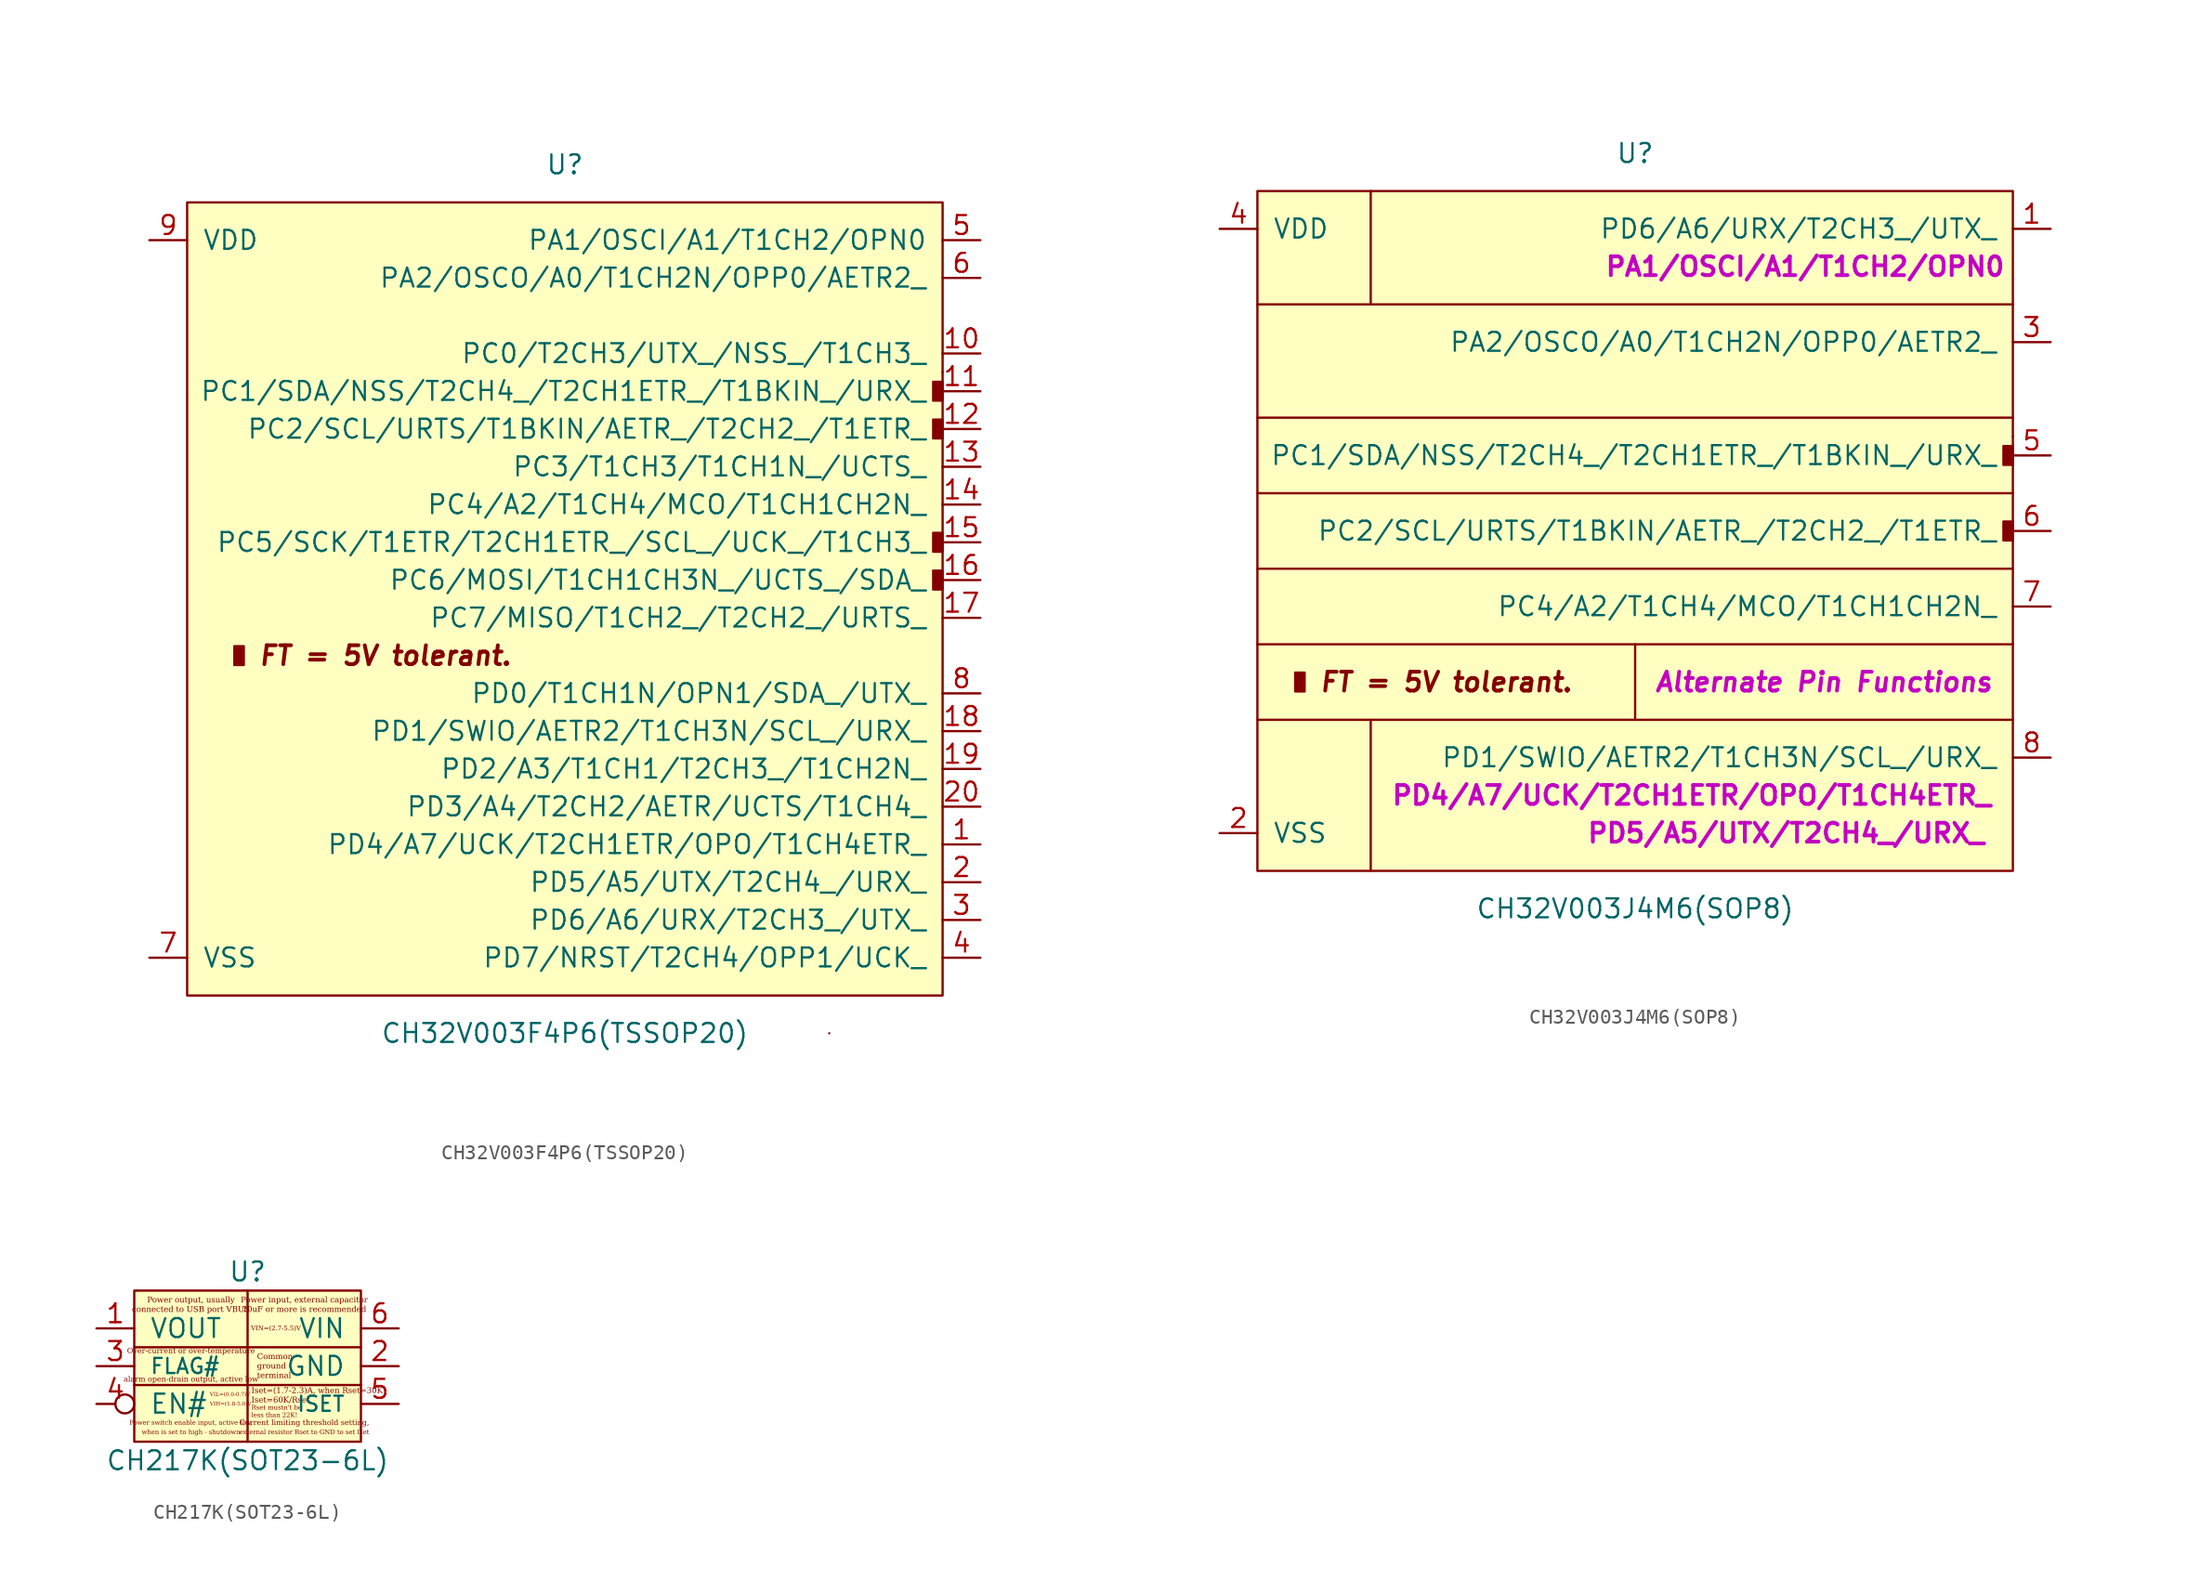
<source format=kicad_sym>
(kicad_symbol_lib
  (version 20220914)
  (generator kicad_symbol_editor)
  (symbol "CH32V003F4P6(TSSOP20)"
    (pin_names
      (offset 1.016))
    (property "Reference" "U"
      (at 0 27.94 0)
      (effects (font (size 1.27 1.27))))
    (property "Value" "CH32V003F4P6(TSSOP20)"
      (at 0 -30.48 0)
      (effects (font (size 1.27 1.27))))
    (symbol "CH32V003F4P6(TSSOP20)_0_0"
      (text "FT = 5V tolerant." (at -12.065 -5.08 0) (effects (font (size 1.27 1.27) bold italic))))
    (symbol "CH32V003F4P6(TSSOP20)_0_1"
      (rectangle (start -25.4 25.4) (end 25.4 -27.94) (stroke (width 0) (type solid)) (fill (type background)))
      (rectangle (start -22.225 -4.445) (end -21.59 -5.715) (stroke (width 0) (type solid)) (fill (type outline)))
      (rectangle (start 17.78 -30.48) (end 17.78 -30.48) (stroke (width 0) (type solid)) (fill (type none)))
      (rectangle (start 24.765 0.635) (end 25.4 -0.635) (stroke (width 0) (type solid)) (fill (type outline)))
      (rectangle (start 24.765 3.175) (end 25.4 1.905) (stroke (width 0) (type solid)) (fill (type outline)))
      (rectangle (start 24.765 10.795) (end 25.4 9.525) (stroke (width 0) (type solid)) (fill (type outline)))
      (rectangle (start 24.765 13.335) (end 25.4 12.065) (stroke (width 0) (type solid)) (fill (type outline)))
      (rectangle (start 25.4 13.97) (end 25.4 13.97) (stroke (width 0) (type solid)) (fill (type none))))
    (symbol "CH32V003F4P6(TSSOP20)_1_1"
      (pin bidirectional line (at 27.94 -17.78 180) (length 2.54) (name "PD4/A7/UCK/T2CH1ETR/OPO/T1CH4ETR_" (effects (font (size 1.27 1.27)))) (number "1" (effects (font (size 1.27 1.27)))))
      (pin bidirectional line (at 27.94 15.24 180) (length 2.54) (name "PC0/T2CH3/UTX_/NSS_/T1CH3_" (effects (font (size 1.27 1.27)))) (number "10" (effects (font (size 1.27 1.27)))))
      (pin bidirectional line (at 27.94 12.7 180) (length 2.54) (name "PC1/SDA/NSS/T2CH4_/T2CH1ETR_/T1BKIN_/URX_" (effects (font (size 1.27 1.27)))) (number "11" (effects (font (size 1.27 1.27)))))
      (pin bidirectional line (at 27.94 10.16 180) (length 2.54) (name "PC2/SCL/URTS/T1BKIN/AETR_/T2CH2_/T1ETR_" (effects (font (size 1.27 1.27)))) (number "12" (effects (font (size 1.27 1.27)))))
      (pin bidirectional line (at 27.94 7.62 180) (length 2.54) (name "PC3/T1CH3/T1CH1N_/UCTS_" (effects (font (size 1.27 1.27)))) (number "13" (effects (font (size 1.27 1.27)))))
      (pin bidirectional line (at 27.94 5.08 180) (length 2.54) (name "PC4/A2/T1CH4/MCO/T1CH1CH2N_" (effects (font (size 1.27 1.27)))) (number "14" (effects (font (size 1.27 1.27)))))
      (pin bidirectional line (at 27.94 2.54 180) (length 2.54) (name "PC5/SCK/T1ETR/T2CH1ETR_/SCL_/UCK_/T1CH3_" (effects (font (size 1.27 1.27)))) (number "15" (effects (font (size 1.27 1.27)))))
      (pin bidirectional line (at 27.94 0 180) (length 2.54) (name "PC6/MOSI/T1CH1CH3N_/UCTS_/SDA_" (effects (font (size 1.27 1.27)))) (number "16" (effects (font (size 1.27 1.27)))))
      (pin bidirectional line (at 27.94 -2.54 180) (length 2.54) (name "PC7/MISO/T1CH2_/T2CH2_/URTS_" (effects (font (size 1.27 1.27)))) (number "17" (effects (font (size 1.27 1.27)))))
      (pin bidirectional line (at 27.94 -10.16 180) (length 2.54) (name "PD1/SWIO/AETR2/T1CH3N/SCL_/URX_" (effects (font (size 1.27 1.27)))) (number "18" (effects (font (size 1.27 1.27)))))
      (pin bidirectional line (at 27.94 -12.7 180) (length 2.54) (name "PD2/A3/T1CH1/T2CH3_/T1CH2N_" (effects (font (size 1.27 1.27)))) (number "19" (effects (font (size 1.27 1.27)))))
      (pin bidirectional line (at 27.94 -20.32 180) (length 2.54) (name "PD5/A5/UTX/T2CH4_/URX_" (effects (font (size 1.27 1.27)))) (number "2" (effects (font (size 1.27 1.27)))))
      (pin bidirectional line (at 27.94 -15.24 180) (length 2.54) (name "PD3/A4/T2CH2/AETR/UCTS/T1CH4_" (effects (font (size 1.27 1.27)))) (number "20" (effects (font (size 1.27 1.27)))))
      (pin bidirectional line (at 27.94 -22.86 180) (length 2.54) (name "PD6/A6/URX/T2CH3_/UTX_" (effects (font (size 1.27 1.27)))) (number "3" (effects (font (size 1.27 1.27)))))
      (pin bidirectional line (at 27.94 -25.4 180) (length 2.54) (name "PD7/NRST/T2CH4/OPP1/UCK_" (effects (font (size 1.27 1.27)))) (number "4" (effects (font (size 1.27 1.27)))))
      (pin bidirectional line (at 27.94 22.86 180) (length 2.54) (name "PA1/OSCI/A1/T1CH2/OPN0" (effects (font (size 1.27 1.27)))) (number "5" (effects (font (size 1.27 1.27)))))
      (pin bidirectional line (at 27.94 20.32 180) (length 2.54) (name "PA2/OSCO/A0/T1CH2N/OPP0/AETR2_" (effects (font (size 1.27 1.27)))) (number "6" (effects (font (size 1.27 1.27)))))
      (pin power_in line (at -27.94 -25.4 0) (length 2.54) (name "VSS" (effects (font (size 1.27 1.27)))) (number "7" (effects (font (size 1.27 1.27)))))
      (pin bidirectional line (at 27.94 -7.62 180) (length 2.54) (name "PD0/T1CH1N/OPN1/SDA_/UTX_" (effects (font (size 1.27 1.27)))) (number "8" (effects (font (size 1.27 1.27)))))
      (pin power_in line (at -27.94 22.86 0) (length 2.54) (name "VDD" (effects (font (size 1.27 1.27)))) (number "9" (effects (font (size 1.27 1.27)))))))
  (symbol "CH32V003J4M6(SOP8)"
    (pin_names
      (offset 1.016))
    (property "Reference" "U"
      (at 0 25.4 0)
      (effects (font (size 1.27 1.27))))
    (property "Value" "CH32V003J4M6(SOP8)"
      (at 0 -25.4 0)
      (effects (font (size 1.27 1.27))))
    (symbol "CH32V003J4M6(SOP8)_0_0"
      (text "FT = 5V tolerant." (at -12.7 -10.16 0) (effects (font (size 1.27 1.27) bold italic))))
    (symbol "CH32V003J4M6(SOP8)_0_1"
      (rectangle (start -25.4 22.86) (end 25.4 -22.86) (stroke (width 0) (type solid)) (fill (type background)))
      (rectangle (start -22.86 -9.525) (end -22.225 -10.795) (stroke (width 0) (type solid)) (fill (type outline)))
      (rectangle (start 24.765 0.635) (end 25.4 -0.635) (stroke (width 0) (type solid)) (fill (type outline)))
      (rectangle (start 24.765 5.715) (end 25.4 4.445) (stroke (width 0) (type solid)) (fill (type outline)))
      (rectangle (start 25.4 6.35) (end 25.4 6.35) (stroke (width 0) (type solid)) (fill (type none))))
    (symbol "CH32V003J4M6(SOP8)_1_0"
      (text "Alternate Pin Functions" (at 12.7 -10.16 0) (effects (font (size 1.27 1.27) bold italic (color 194 0 194 1)))))
    (symbol "CH32V003J4M6(SOP8)_1_1"
      (polyline (pts (xy -17.78 -12.7) (xy -17.78 -22.86)) (stroke (width 0) (type default)) (fill (type none)))
      (polyline (pts (xy -17.78 22.86) (xy -17.78 15.24)) (stroke (width 0) (type default)) (fill (type none)))
      (polyline (pts (xy 0 -7.62) (xy 0 -12.7)) (stroke (width 0) (type default)) (fill (type none)))
      (polyline (pts (xy 25.4 -7.62) (xy -25.4 -7.62)) (stroke (width 0) (type default)) (fill (type none)))
      (polyline (pts (xy 25.4 -2.54) (xy -25.4 -2.54)) (stroke (width 0) (type default)) (fill (type none)))
      (polyline (pts (xy 25.4 2.54) (xy -25.4 2.54)) (stroke (width 0) (type default)) (fill (type none)))
      (polyline (pts (xy 25.4 7.62) (xy -25.4 7.62)) (stroke (width 0) (type default)) (fill (type none)))
      (polyline (pts (xy 25.4 15.24) (xy -25.4 15.24)) (stroke (width 0) (type default)) (fill (type none)))
      (polyline (pts (xy 25.4 -12.7) (xy -25.4 -12.7) (xy -22.86 -12.7)) (stroke (width 0) (type default)) (fill (type none)))
      (text "PA1/OSCI/A1/T1CH2/OPN0" (at 11.43 17.78 0) (effects (font (size 1.27 1.27) bold (color 194 0 194 1))))
      (text "PD4/A7/UCK/T2CH1ETR/OPO/T1CH4ETR_" (at 3.81 -17.78 0) (effects (font (size 1.27 1.27) bold (color 194 0 194 1))))
      (text "PD5/A5/UTX/T2CH4_/URX_" (at 10.16 -20.32 0) (effects (font (size 1.27 1.27) bold (color 194 0 194 1))))
      (pin bidirectional line (at 27.94 20.32 180) (length 2.54) (name "PD6/A6/URX/T2CH3_/UTX_" (effects (font (size 1.27 1.27)))) (number "1" (effects (font (size 1.27 1.27)))) (alternate "PA1/OSCI/A1/T1CH2/OPN0" bidirectional line))
      (pin power_in line (at -27.94 -20.32 0) (length 2.54) (name "VSS" (effects (font (size 1.27 1.27)))) (number "2" (effects (font (size 1.27 1.27)))))
      (pin bidirectional line (at 27.94 12.7 180) (length 2.54) (name "PA2/OSCO/A0/T1CH2N/OPP0/AETR2_" (effects (font (size 1.27 1.27)))) (number "3" (effects (font (size 1.27 1.27)))))
      (pin power_in line (at -27.94 20.32 0) (length 2.54) (name "VDD" (effects (font (size 1.27 1.27)))) (number "4" (effects (font (size 1.27 1.27)))))
      (pin bidirectional line (at 27.94 5.08 180) (length 2.54) (name "PC1/SDA/NSS/T2CH4_/T2CH1ETR_/T1BKIN_/URX_" (effects (font (size 1.27 1.27)))) (number "5" (effects (font (size 1.27 1.27)))))
      (pin bidirectional line (at 27.94 0 180) (length 2.54) (name "PC2/SCL/URTS/T1BKIN/AETR_/T2CH2_/T1ETR_" (effects (font (size 1.27 1.27)))) (number "6" (effects (font (size 1.27 1.27)))))
      (pin bidirectional line (at 27.94 -5.08 180) (length 2.54) (name "PC4/A2/T1CH4/MCO/T1CH1CH2N_" (effects (font (size 1.27 1.27)))) (number "7" (effects (font (size 1.27 1.27)))))
      (pin bidirectional line (at 27.94 -15.24 180) (length 2.54) (name "PD1/SWIO/AETR2/T1CH3N/SCL_/URX_" (effects (font (size 1.27 1.27)))) (number "8" (effects (font (size 1.27 1.27)))) (alternate "PD4/A7/UCK/T2CH1ETR/OPO/T1CH4ETR_" bidirectional line) (alternate "PD5/A5/UTX/T2CH4_/URX_" bidirectional line))))
  (symbol "CH217K(SOT23-6L)"
    (pin_names
      (offset 1.016))
    (property "Reference" "U"
      (at 0 6.35 0)
      (effects (font (size 1.27 1.27))))
    (property "Value" "CH217K(SOT23-6L)"
      (at 0 -6.35 0)
      (effects (font (size 1.27 1.27))))
    (symbol "CH217K(SOT23-6L)_0_0"
      (polyline (pts (xy 0 -1.27) (xy 7.62 -1.27)) (stroke (width 0) (type solid)) (fill (type none)))
      (polyline (pts (xy 0 1.27) (xy 0 -1.27)) (stroke (width 0) (type solid)) (fill (type none)))
      (polyline (pts (xy 7.62 1.27) (xy 0 1.27)) (stroke (width 0) (type solid)) (fill (type none)))
      (polyline (pts (xy -7.62 -1.27) (xy 0 -1.27) (xy 0 -5.08)) (stroke (width 0) (type solid)) (fill (type none)))
      (polyline (pts (xy 0 5.08) (xy 0 1.27) (xy -7.62 1.27)) (stroke (width 0) (type solid)) (fill (type none))))
    (symbol "CH217K(SOT23-6L)_0_1"
      (rectangle (start -7.62 5.08) (end 7.62 -5.08) (stroke (width 0) (type solid)) (fill (type background))))
    (symbol "CH217K(SOT23-6L)_1_0"
      (text "10uF or more is recommended" (at 3.81 3.81 0) (effects (font (face "Liberation Serif") (size 0.381 0.381))))
      (text "alarm open-drain output, active low" (at -3.81 -0.889 0) (effects (font (face "Liberation Serif") (size 0.356 0.356))))
      (text "Common" (at 0.635 0.635 0) (effects (font (face "Liberation Serif") (size 0.381 0.381)) (justify left)))
      (text "connected to USB port VBUS" (at -3.81 3.81 0) (effects (font (face "Liberation Serif") (size 0.381 0.381))))
      (text "Current limiting threshold setting," (at 3.81 -3.81 0) (effects (font (face "Liberation Serif") (size 0.356 0.356))))
      (text "external resistor Rset to GND to set Iset" (at 3.81 -4.445 0) (effects (font (face "Liberation Serif") (size 0.305 0.305))))
      (text "ground" (at 0.635 0 0) (effects (font (face "Liberation Serif") (size 0.381 0.381)) (justify left)))
      (text "Iset=(1.7-2.3)A, when Rset=30K" (at 0.254 -1.651 0) (effects (font (face "Liberation Serif") (size 0.381 0.381)) (justify left)))
      (text "Iset=60K/Rset" (at 0.254 -2.286 0) (effects (font (face "Liberation Serif") (size 0.381 0.381)) (justify left)))
      (text "less than 22K!" (at 0.254 -3.302 0) (effects (font (face "Liberation Serif") (size 0.305 0.305)) (justify left)))
      (text "Over-current or over-temperature" (at -3.81 1.016 0) (effects (font (face "Liberation Serif") (size 0.356 0.356))))
      (text "Power input, external capacitor" (at 3.81 4.445 0) (effects (font (face "Liberation Serif") (size 0.381 0.381))))
      (text "Power output, usually" (at -3.81 4.445 0) (effects (font (face "Liberation Serif") (size 0.381 0.381))))
      (text "Power switch enable input, active low," (at -3.81 -3.81 0) (effects (font (face "Liberation Serif") (size 0.305 0.305))))
      (text "Rset mustn't be" (at 0.254 -2.794 0) (effects (font (face "Liberation Serif") (size 0.305 0.305)) (justify left)))
      (text "terminal" (at 0.635 -0.635 0) (effects (font (face "Liberation Serif") (size 0.381 0.381)) (justify left)))
      (text "VIH=(1.8-5.0)V" (at -2.54 -2.54 0) (effects (font (face "Liberation Serif") (size 0.254 0.254)) (justify left)))
      (text "VIL=(0.0-0.7)V" (at -2.54 -1.905 0) (effects (font (face "Liberation Serif") (size 0.254 0.254)) (justify left)))
      (text "VIN=(2.7-5.5)V" (at 1.905 2.54 0) (effects (font (face "Liberation Serif") (size 0.305 0.305))))
      (text "when is set to high - shutdown" (at -3.81 -4.445 0) (effects (font (face "Liberation Serif") (size 0.305 0.305)))))
    (symbol "CH217K(SOT23-6L)_1_1"
      (pin power_out line (at -10.16 2.54 0) (length 2.54) (name "VOUT" (effects (font (size 1.27 1.27)))) (number "1" (effects (font (size 1.27 1.27)))))
      (pin power_in line (at 10.16 0 180) (length 2.54) (name "GND" (effects (font (size 1.27 1.27)))) (number "2" (effects (font (size 1.27 1.27)))))
      (pin open_collector line (at -10.16 0 0) (length 2.54) (name "FLAG#" (effects (font (size 1.016 1.016)))) (number "3" (effects (font (size 1.27 1.27)))))
      (pin input inverted (at -10.16 -2.54 0) (length 2.54) (name "EN#" (effects (font (size 1.27 1.27)))) (number "4" (effects (font (size 1.27 1.27)))))
      (pin passive line (at 10.16 -2.54 180) (length 2.54) (name "ISET" (effects (font (size 1.016 1.016)))) (number "5" (effects (font (size 1.27 1.27)))))
      (pin power_in line (at 10.16 2.54 180) (length 2.54) (name "VIN" (effects (font (size 1.27 1.27)))) (number "6" (effects (font (size 1.27 1.27))))))))
</source>
